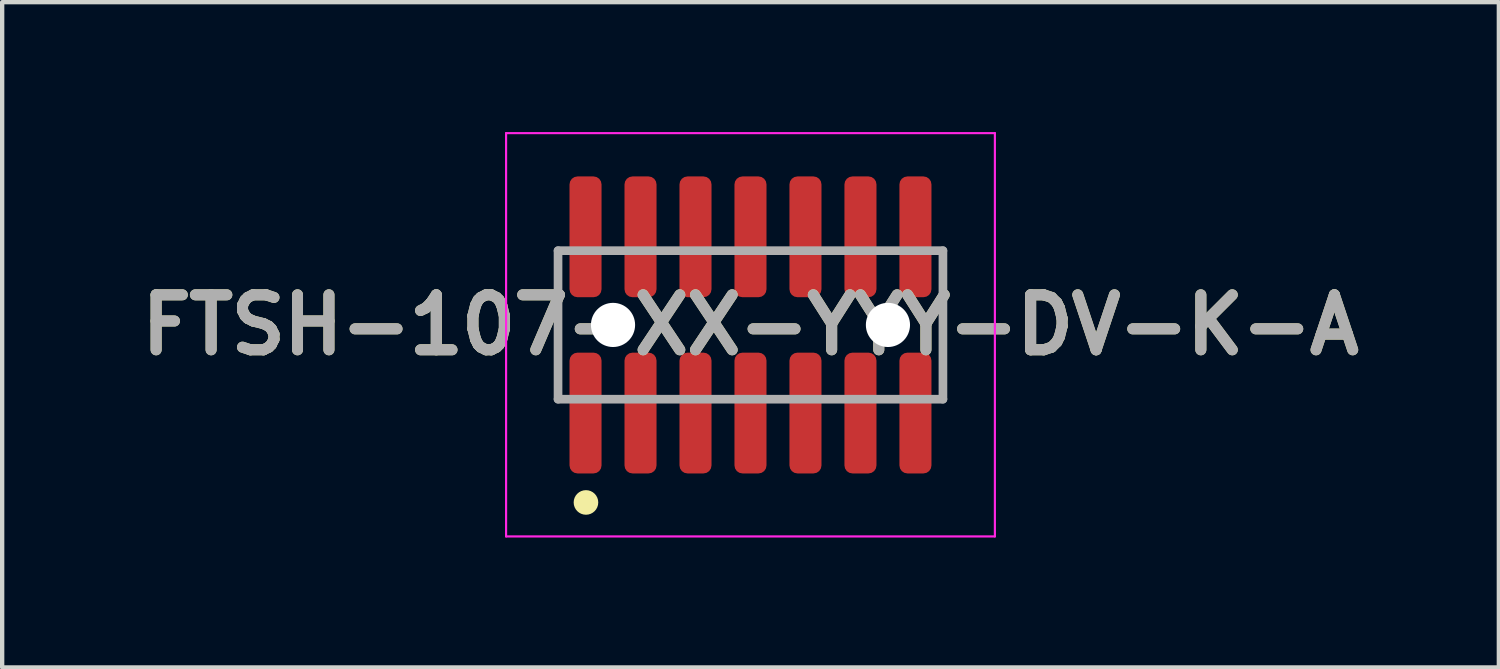
<source format=kicad_pcb>
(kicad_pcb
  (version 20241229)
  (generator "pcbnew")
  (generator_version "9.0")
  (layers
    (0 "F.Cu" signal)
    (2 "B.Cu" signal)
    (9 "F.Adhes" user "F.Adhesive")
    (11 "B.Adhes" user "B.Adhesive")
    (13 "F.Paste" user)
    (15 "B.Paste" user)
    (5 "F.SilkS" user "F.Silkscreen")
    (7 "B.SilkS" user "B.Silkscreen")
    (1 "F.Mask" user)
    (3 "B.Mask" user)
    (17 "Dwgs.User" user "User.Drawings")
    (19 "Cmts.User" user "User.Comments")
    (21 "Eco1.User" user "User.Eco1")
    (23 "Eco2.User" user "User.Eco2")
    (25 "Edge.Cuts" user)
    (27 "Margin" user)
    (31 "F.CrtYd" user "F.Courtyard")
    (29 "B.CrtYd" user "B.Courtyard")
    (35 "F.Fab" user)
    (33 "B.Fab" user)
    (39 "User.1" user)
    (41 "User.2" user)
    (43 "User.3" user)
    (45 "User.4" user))
  (footprint "FTSH-107-XX-YYY-DV-K-A"
    (layer "F.Cu")
    (at 14.284 4.455)
    (property "Reference" "FTSH-107-XX-YYY-DV-K-A" (at 0 0 0) (layer "F.SilkS") (effects (font (size 1.27 1.27) (thickness 0.254))))
    (attr through_hole)
    (fp_line (start -4.445 1.715) (end -4.445 -1.715) (stroke (width 0.1) (type solid)) (layer "F.SilkS"))
    (fp_line (start 4.445 -1.715) (end 4.445 1.715) (stroke (width 0.1) (type solid)) (layer "F.SilkS"))
    (fp_circle (center -3.8 4.1) (end -3.576 4.1) (stroke (width 0.12) (type solid)) (fill yes) (layer "F.SilkS"))
    (fp_line (start -5.645 -4.43) (end 5.645 -4.43) (stroke (width 0.05) (type solid)) (layer "F.CrtYd"))
    (fp_line (start -5.645 4.885) (end -5.645 -4.43) (stroke (width 0.05) (type solid)) (layer "F.CrtYd"))
    (fp_line (start 5.645 -4.43) (end 5.645 4.885) (stroke (width 0.05) (type solid)) (layer "F.CrtYd"))
    (fp_line (start 5.645 4.885) (end -5.645 4.885) (stroke (width 0.05) (type solid)) (layer "F.CrtYd"))
    (fp_line (start -4.445 -1.715) (end 4.445 -1.715) (stroke (width 0.2) (type solid)) (layer "F.Fab"))
    (fp_line (start -4.445 1.715) (end -4.445 -1.715) (stroke (width 0.2) (type solid)) (layer "F.Fab"))
    (fp_line (start 4.445 -1.715) (end 4.445 1.715) (stroke (width 0.2) (type solid)) (layer "F.Fab"))
    (fp_line (start 4.445 1.715) (end -4.445 1.715) (stroke (width 0.2) (type solid)) (layer "F.Fab"))
    (fp_text user "${REFERENCE}" (at 0 0 0) (layer "F.Fab") (effects (font (size 1.27 1.27) (thickness 0.254))))
    (pad "" np_thru_hole circle (at -3.175 0) (size 1.02 1.02) (drill 1.02) (layers "*.Cu" "*.Mask"))
    (pad "" np_thru_hole circle (at 3.175 0) (size 1.02 1.02) (drill 1.02) (layers "*.Cu" "*.Mask"))
    (pad "1" smd roundrect (at -3.81 2.035) (size 0.74 2.79) (layers "F.Cu" "F.Mask" "F.Paste") (roundrect_rratio 0.25))
    (pad "2" smd roundrect (at -3.81 -2.035) (size 0.74 2.79) (layers "F.Cu" "F.Mask" "F.Paste") (roundrect_rratio 0.25))
    (pad "3" smd roundrect (at -2.54 2.035) (size 0.74 2.79) (layers "F.Cu" "F.Mask" "F.Paste") (roundrect_rratio 0.25))
    (pad "4" smd roundrect (at -2.54 -2.035) (size 0.74 2.79) (layers "F.Cu" "F.Mask" "F.Paste") (roundrect_rratio 0.25))
    (pad "5" smd roundrect (at -1.27 2.035) (size 0.74 2.79) (layers "F.Cu" "F.Mask" "F.Paste") (roundrect_rratio 0.25))
    (pad "6" smd roundrect (at -1.27 -2.035) (size 0.74 2.79) (layers "F.Cu" "F.Mask" "F.Paste") (roundrect_rratio 0.25))
    (pad "7" smd roundrect (at 0 2.035) (size 0.74 2.79) (layers "F.Cu" "F.Mask" "F.Paste") (roundrect_rratio 0.25))
    (pad "8" smd roundrect (at 0 -2.035) (size 0.74 2.79) (layers "F.Cu" "F.Mask" "F.Paste") (roundrect_rratio 0.25))
    (pad "9" smd roundrect (at 1.27 2.035) (size 0.74 2.79) (layers "F.Cu" "F.Mask" "F.Paste") (roundrect_rratio 0.25))
    (pad "10" smd roundrect (at 1.27 -2.035) (size 0.74 2.79) (layers "F.Cu" "F.Mask" "F.Paste") (roundrect_rratio 0.25))
    (pad "11" smd roundrect (at 2.54 2.035) (size 0.74 2.79) (layers "F.Cu" "F.Mask" "F.Paste") (roundrect_rratio 0.25))
    (pad "12" smd roundrect (at 2.54 -2.035) (size 0.74 2.79) (layers "F.Cu" "F.Mask" "F.Paste") (roundrect_rratio 0.25))
    (pad "13" smd roundrect (at 3.81 2.035) (size 0.74 2.79) (layers "F.Cu" "F.Mask" "F.Paste") (roundrect_rratio 0.25))
    (pad "14" smd roundrect (at 3.81 -2.035) (size 0.74 2.79) (layers "F.Cu" "F.Mask" "F.Paste") (roundrect_rratio 0.25)))
  (gr_rect
    (start -3 -3)
    (end 31.569 12.365)
    (stroke (width 0.1) (type default))
    (fill no)
    (layer "Edge.Cuts")))
</source>
